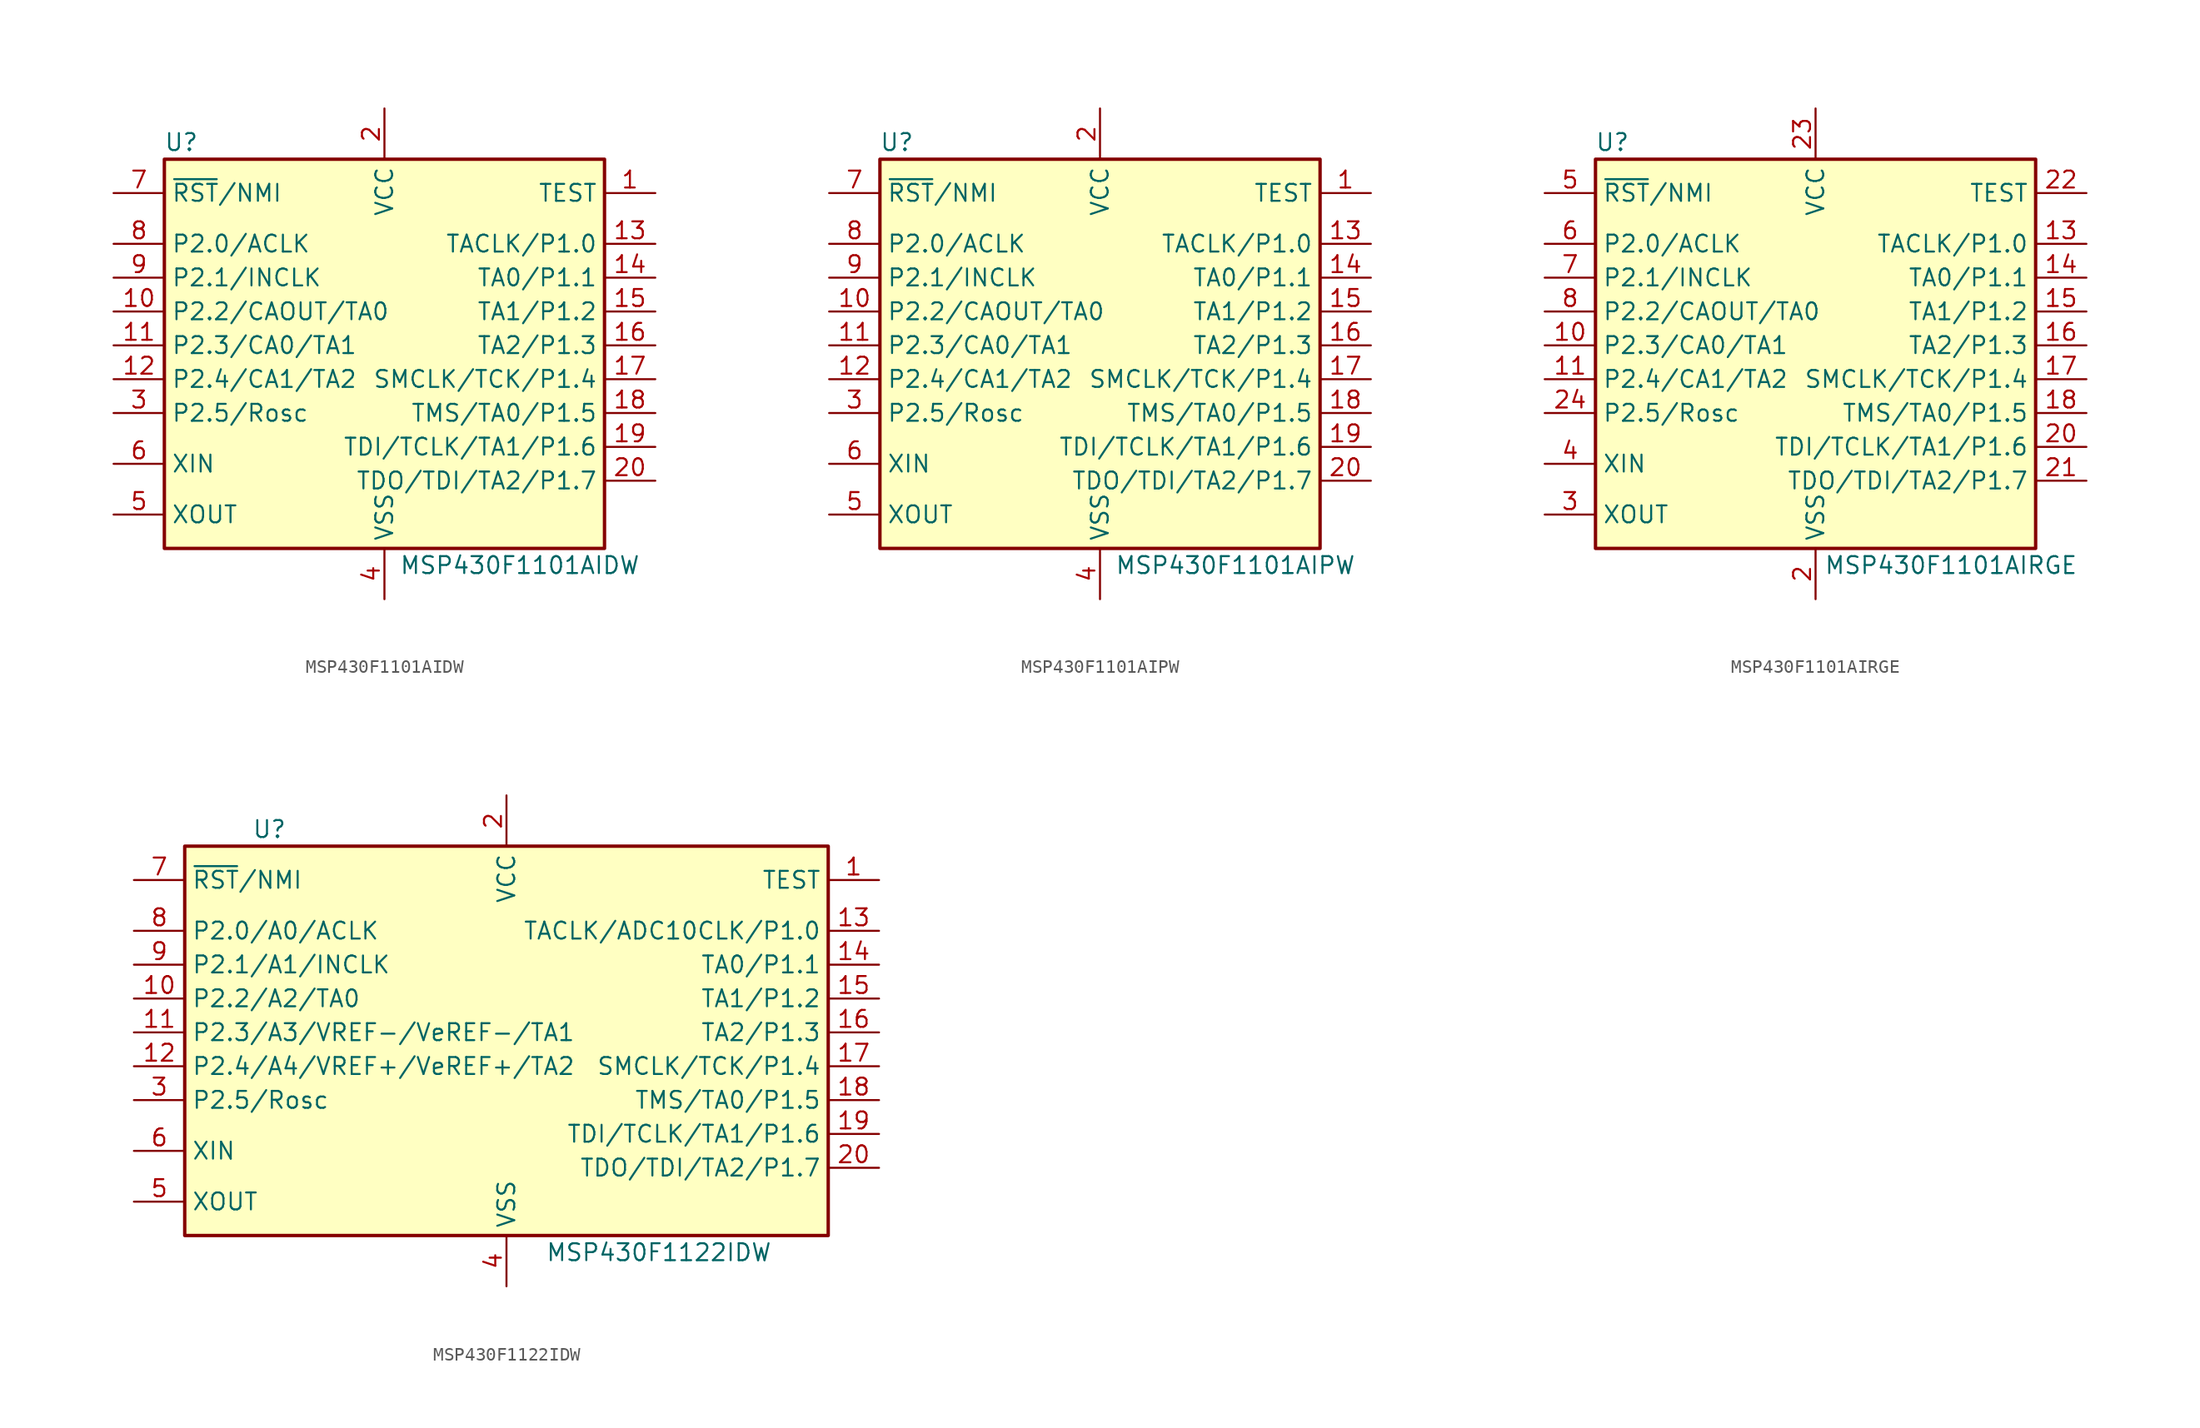
<source format=kicad_sym>
(kicad_symbol_lib
  (version 20201005)
  (generator kicad_symbol_editor)
  (symbol "MCU_Texas_MSP430:MSP430F1101AIDW"
    (property "Reference" "U"
      (at -15.24 15.24 0)
      (effects (font (size 1.27 1.27))))
    (property "Value" "MSP430F1101AIDW"
      (at 10.16 -16.51 0)
      (effects (font (size 1.27 1.27))))
    (symbol "MSP430F1101AIDW_0_1"
      (rectangle (start -16.51 13.97) (end 16.51 -15.24) (stroke (width 0.254)) (fill (type background))))
    (symbol "MSP430F1101AIDW_1_1"
      (pin input line (at 20.32 11.43 180) (length 3.81) (name "TEST" (effects (font (size 1.27 1.27)))) (number "1" (effects (font (size 1.27 1.27)))))
      (pin bidirectional line (at -20.32 2.54 0) (length 3.81) (name "P2.2/CAOUT/TA0" (effects (font (size 1.27 1.27)))) (number "10" (effects (font (size 1.27 1.27)))))
      (pin bidirectional line (at -20.32 0 0) (length 3.81) (name "P2.3/CA0/TA1" (effects (font (size 1.27 1.27)))) (number "11" (effects (font (size 1.27 1.27)))))
      (pin bidirectional line (at -20.32 -2.54 0) (length 3.81) (name "P2.4/CA1/TA2" (effects (font (size 1.27 1.27)))) (number "12" (effects (font (size 1.27 1.27)))))
      (pin bidirectional line (at 20.32 7.62 180) (length 3.81) (name "TACLK/P1.0" (effects (font (size 1.27 1.27)))) (number "13" (effects (font (size 1.27 1.27)))))
      (pin bidirectional line (at 20.32 5.08 180) (length 3.81) (name "TA0/P1.1" (effects (font (size 1.27 1.27)))) (number "14" (effects (font (size 1.27 1.27)))))
      (pin bidirectional line (at 20.32 2.54 180) (length 3.81) (name "TA1/P1.2" (effects (font (size 1.27 1.27)))) (number "15" (effects (font (size 1.27 1.27)))))
      (pin bidirectional line (at 20.32 0 180) (length 3.81) (name "TA2/P1.3" (effects (font (size 1.27 1.27)))) (number "16" (effects (font (size 1.27 1.27)))))
      (pin bidirectional line (at 20.32 -2.54 180) (length 3.81) (name "SMCLK/TCK/P1.4" (effects (font (size 1.27 1.27)))) (number "17" (effects (font (size 1.27 1.27)))))
      (pin bidirectional line (at 20.32 -5.08 180) (length 3.81) (name "TMS/TA0/P1.5" (effects (font (size 1.27 1.27)))) (number "18" (effects (font (size 1.27 1.27)))))
      (pin bidirectional line (at 20.32 -7.62 180) (length 3.81) (name "TDI/TCLK/TA1/P1.6" (effects (font (size 1.27 1.27)))) (number "19" (effects (font (size 1.27 1.27)))))
      (pin power_in line (at 0 17.78 270) (length 3.81) (name "VCC" (effects (font (size 1.27 1.27)))) (number "2" (effects (font (size 1.27 1.27)))))
      (pin bidirectional line (at 20.32 -10.16 180) (length 3.81) (name "TDO/TDI/TA2/P1.7" (effects (font (size 1.27 1.27)))) (number "20" (effects (font (size 1.27 1.27)))))
      (pin bidirectional line (at -20.32 -5.08 0) (length 3.81) (name "P2.5/Rosc" (effects (font (size 1.27 1.27)))) (number "3" (effects (font (size 1.27 1.27)))))
      (pin power_in line (at 0 -19.05 90) (length 3.81) (name "VSS" (effects (font (size 1.27 1.27)))) (number "4" (effects (font (size 1.27 1.27)))))
      (pin output line (at -20.32 -12.7 0) (length 3.81) (name "XOUT" (effects (font (size 1.27 1.27)))) (number "5" (effects (font (size 1.27 1.27)))))
      (pin input line (at -20.32 -8.89 0) (length 3.81) (name "XIN" (effects (font (size 1.27 1.27)))) (number "6" (effects (font (size 1.27 1.27)))))
      (pin input line (at -20.32 11.43 0) (length 3.81) (name "~RST~/NMI" (effects (font (size 1.27 1.27)))) (number "7" (effects (font (size 1.27 1.27)))))
      (pin bidirectional line (at -20.32 7.62 0) (length 3.81) (name "P2.0/ACLK" (effects (font (size 1.27 1.27)))) (number "8" (effects (font (size 1.27 1.27)))))
      (pin bidirectional line (at -20.32 5.08 0) (length 3.81) (name "P2.1/INCLK" (effects (font (size 1.27 1.27)))) (number "9" (effects (font (size 1.27 1.27)))))))
  (symbol "MCU_Texas_MSP430:MSP430F1101AIPW"
    (property "Reference" "U"
      (at -15.24 15.24 0)
      (effects (font (size 1.27 1.27))))
    (property "Value" "MSP430F1101AIPW"
      (at 10.16 -16.51 0)
      (effects (font (size 1.27 1.27))))
    (symbol "MSP430F1101AIPW_0_1"
      (rectangle (start -16.51 13.97) (end 16.51 -15.24) (stroke (width 0.254)) (fill (type background))))
    (symbol "MSP430F1101AIPW_1_1"
      (pin input line (at 20.32 11.43 180) (length 3.81) (name "TEST" (effects (font (size 1.27 1.27)))) (number "1" (effects (font (size 1.27 1.27)))))
      (pin bidirectional line (at -20.32 2.54 0) (length 3.81) (name "P2.2/CAOUT/TA0" (effects (font (size 1.27 1.27)))) (number "10" (effects (font (size 1.27 1.27)))))
      (pin bidirectional line (at -20.32 0 0) (length 3.81) (name "P2.3/CA0/TA1" (effects (font (size 1.27 1.27)))) (number "11" (effects (font (size 1.27 1.27)))))
      (pin bidirectional line (at -20.32 -2.54 0) (length 3.81) (name "P2.4/CA1/TA2" (effects (font (size 1.27 1.27)))) (number "12" (effects (font (size 1.27 1.27)))))
      (pin bidirectional line (at 20.32 7.62 180) (length 3.81) (name "TACLK/P1.0" (effects (font (size 1.27 1.27)))) (number "13" (effects (font (size 1.27 1.27)))))
      (pin bidirectional line (at 20.32 5.08 180) (length 3.81) (name "TA0/P1.1" (effects (font (size 1.27 1.27)))) (number "14" (effects (font (size 1.27 1.27)))))
      (pin bidirectional line (at 20.32 2.54 180) (length 3.81) (name "TA1/P1.2" (effects (font (size 1.27 1.27)))) (number "15" (effects (font (size 1.27 1.27)))))
      (pin bidirectional line (at 20.32 0 180) (length 3.81) (name "TA2/P1.3" (effects (font (size 1.27 1.27)))) (number "16" (effects (font (size 1.27 1.27)))))
      (pin bidirectional line (at 20.32 -2.54 180) (length 3.81) (name "SMCLK/TCK/P1.4" (effects (font (size 1.27 1.27)))) (number "17" (effects (font (size 1.27 1.27)))))
      (pin bidirectional line (at 20.32 -5.08 180) (length 3.81) (name "TMS/TA0/P1.5" (effects (font (size 1.27 1.27)))) (number "18" (effects (font (size 1.27 1.27)))))
      (pin bidirectional line (at 20.32 -7.62 180) (length 3.81) (name "TDI/TCLK/TA1/P1.6" (effects (font (size 1.27 1.27)))) (number "19" (effects (font (size 1.27 1.27)))))
      (pin power_in line (at 0 17.78 270) (length 3.81) (name "VCC" (effects (font (size 1.27 1.27)))) (number "2" (effects (font (size 1.27 1.27)))))
      (pin bidirectional line (at 20.32 -10.16 180) (length 3.81) (name "TDO/TDI/TA2/P1.7" (effects (font (size 1.27 1.27)))) (number "20" (effects (font (size 1.27 1.27)))))
      (pin bidirectional line (at -20.32 -5.08 0) (length 3.81) (name "P2.5/Rosc" (effects (font (size 1.27 1.27)))) (number "3" (effects (font (size 1.27 1.27)))))
      (pin power_in line (at 0 -19.05 90) (length 3.81) (name "VSS" (effects (font (size 1.27 1.27)))) (number "4" (effects (font (size 1.27 1.27)))))
      (pin output line (at -20.32 -12.7 0) (length 3.81) (name "XOUT" (effects (font (size 1.27 1.27)))) (number "5" (effects (font (size 1.27 1.27)))))
      (pin input line (at -20.32 -8.89 0) (length 3.81) (name "XIN" (effects (font (size 1.27 1.27)))) (number "6" (effects (font (size 1.27 1.27)))))
      (pin input line (at -20.32 11.43 0) (length 3.81) (name "~RST~/NMI" (effects (font (size 1.27 1.27)))) (number "7" (effects (font (size 1.27 1.27)))))
      (pin bidirectional line (at -20.32 7.62 0) (length 3.81) (name "P2.0/ACLK" (effects (font (size 1.27 1.27)))) (number "8" (effects (font (size 1.27 1.27)))))
      (pin bidirectional line (at -20.32 5.08 0) (length 3.81) (name "P2.1/INCLK" (effects (font (size 1.27 1.27)))) (number "9" (effects (font (size 1.27 1.27)))))))
  (symbol "MCU_Texas_MSP430:MSP430F1101AIRGE"
    (property "Reference" "U"
      (at -15.24 15.24 0)
      (effects (font (size 1.27 1.27))))
    (property "Value" "MSP430F1101AIRGE"
      (at 10.16 -16.51 0)
      (effects (font (size 1.27 1.27))))
    (symbol "MSP430F1101AIRGE_0_1"
      (rectangle (start -16.51 13.97) (end 16.51 -15.24) (stroke (width 0.254)) (fill (type background))))
    (symbol "MSP430F1101AIRGE_1_1"
      (pin bidirectional line (at -20.32 0 0) (length 3.81) (name "P2.3/CA0/TA1" (effects (font (size 1.27 1.27)))) (number "10" (effects (font (size 1.27 1.27)))))
      (pin bidirectional line (at -20.32 -2.54 0) (length 3.81) (name "P2.4/CA1/TA2" (effects (font (size 1.27 1.27)))) (number "11" (effects (font (size 1.27 1.27)))))
      (pin bidirectional line (at 20.32 7.62 180) (length 3.81) (name "TACLK/P1.0" (effects (font (size 1.27 1.27)))) (number "13" (effects (font (size 1.27 1.27)))))
      (pin bidirectional line (at 20.32 5.08 180) (length 3.81) (name "TA0/P1.1" (effects (font (size 1.27 1.27)))) (number "14" (effects (font (size 1.27 1.27)))))
      (pin bidirectional line (at 20.32 2.54 180) (length 3.81) (name "TA1/P1.2" (effects (font (size 1.27 1.27)))) (number "15" (effects (font (size 1.27 1.27)))))
      (pin bidirectional line (at 20.32 0 180) (length 3.81) (name "TA2/P1.3" (effects (font (size 1.27 1.27)))) (number "16" (effects (font (size 1.27 1.27)))))
      (pin bidirectional line (at 20.32 -2.54 180) (length 3.81) (name "SMCLK/TCK/P1.4" (effects (font (size 1.27 1.27)))) (number "17" (effects (font (size 1.27 1.27)))))
      (pin bidirectional line (at 20.32 -5.08 180) (length 3.81) (name "TMS/TA0/P1.5" (effects (font (size 1.27 1.27)))) (number "18" (effects (font (size 1.27 1.27)))))
      (pin power_in line (at 0 -19.05 90) (length 3.81) (name "VSS" (effects (font (size 1.27 1.27)))) (number "2" (effects (font (size 1.27 1.27)))))
      (pin bidirectional line (at 20.32 -7.62 180) (length 3.81) (name "TDI/TCLK/TA1/P1.6" (effects (font (size 1.27 1.27)))) (number "20" (effects (font (size 1.27 1.27)))))
      (pin bidirectional line (at 20.32 -10.16 180) (length 3.81) (name "TDO/TDI/TA2/P1.7" (effects (font (size 1.27 1.27)))) (number "21" (effects (font (size 1.27 1.27)))))
      (pin input line (at 20.32 11.43 180) (length 3.81) (name "TEST" (effects (font (size 1.27 1.27)))) (number "22" (effects (font (size 1.27 1.27)))))
      (pin power_in line (at 0 17.78 270) (length 3.81) (name "VCC" (effects (font (size 1.27 1.27)))) (number "23" (effects (font (size 1.27 1.27)))))
      (pin bidirectional line (at -20.32 -5.08 0) (length 3.81) (name "P2.5/Rosc" (effects (font (size 1.27 1.27)))) (number "24" (effects (font (size 1.27 1.27)))))
      (pin output line (at -20.32 -12.7 0) (length 3.81) (name "XOUT" (effects (font (size 1.27 1.27)))) (number "3" (effects (font (size 1.27 1.27)))))
      (pin input line (at -20.32 -8.89 0) (length 3.81) (name "XIN" (effects (font (size 1.27 1.27)))) (number "4" (effects (font (size 1.27 1.27)))))
      (pin input line (at -20.32 11.43 0) (length 3.81) (name "~RST~/NMI" (effects (font (size 1.27 1.27)))) (number "5" (effects (font (size 1.27 1.27)))))
      (pin bidirectional line (at -20.32 7.62 0) (length 3.81) (name "P2.0/ACLK" (effects (font (size 1.27 1.27)))) (number "6" (effects (font (size 1.27 1.27)))))
      (pin bidirectional line (at -20.32 5.08 0) (length 3.81) (name "P2.1/INCLK" (effects (font (size 1.27 1.27)))) (number "7" (effects (font (size 1.27 1.27)))))
      (pin bidirectional line (at -20.32 2.54 0) (length 3.81) (name "P2.2/CAOUT/TA0" (effects (font (size 1.27 1.27)))) (number "8" (effects (font (size 1.27 1.27)))))))
  (symbol "MCU_Texas_MSP430:MSP430F1122IDW"
    (property "Reference" "U"
      (at -17.78 15.24 0)
      (effects (font (size 1.27 1.27))))
    (property "Value" "MSP430F1122IDW"
      (at 11.43 -16.51 0)
      (effects (font (size 1.27 1.27))))
    (symbol "MSP430F1122IDW_0_1"
      (rectangle (start -24.13 13.97) (end 24.13 -15.24) (stroke (width 0.254)) (fill (type background))))
    (symbol "MSP430F1122IDW_1_1"
      (pin input line (at 27.94 11.43 180) (length 3.81) (name "TEST" (effects (font (size 1.27 1.27)))) (number "1" (effects (font (size 1.27 1.27)))))
      (pin bidirectional line (at -27.94 2.54 0) (length 3.81) (name "P2.2/A2/TA0" (effects (font (size 1.27 1.27)))) (number "10" (effects (font (size 1.27 1.27)))))
      (pin bidirectional line (at -27.94 0 0) (length 3.81) (name "P2.3/A3/VREF-/VeREF-/TA1" (effects (font (size 1.27 1.27)))) (number "11" (effects (font (size 1.27 1.27)))))
      (pin bidirectional line (at -27.94 -2.54 0) (length 3.81) (name "P2.4/A4/VREF+/VeREF+/TA2" (effects (font (size 1.27 1.27)))) (number "12" (effects (font (size 1.27 1.27)))))
      (pin bidirectional line (at 27.94 7.62 180) (length 3.81) (name "TACLK/ADC10CLK/P1.0" (effects (font (size 1.27 1.27)))) (number "13" (effects (font (size 1.27 1.27)))))
      (pin bidirectional line (at 27.94 5.08 180) (length 3.81) (name "TA0/P1.1" (effects (font (size 1.27 1.27)))) (number "14" (effects (font (size 1.27 1.27)))))
      (pin bidirectional line (at 27.94 2.54 180) (length 3.81) (name "TA1/P1.2" (effects (font (size 1.27 1.27)))) (number "15" (effects (font (size 1.27 1.27)))))
      (pin bidirectional line (at 27.94 0 180) (length 3.81) (name "TA2/P1.3" (effects (font (size 1.27 1.27)))) (number "16" (effects (font (size 1.27 1.27)))))
      (pin bidirectional line (at 27.94 -2.54 180) (length 3.81) (name "SMCLK/TCK/P1.4" (effects (font (size 1.27 1.27)))) (number "17" (effects (font (size 1.27 1.27)))))
      (pin bidirectional line (at 27.94 -5.08 180) (length 3.81) (name "TMS/TA0/P1.5" (effects (font (size 1.27 1.27)))) (number "18" (effects (font (size 1.27 1.27)))))
      (pin bidirectional line (at 27.94 -7.62 180) (length 3.81) (name "TDI/TCLK/TA1/P1.6" (effects (font (size 1.27 1.27)))) (number "19" (effects (font (size 1.27 1.27)))))
      (pin power_in line (at 0 17.78 270) (length 3.81) (name "VCC" (effects (font (size 1.27 1.27)))) (number "2" (effects (font (size 1.27 1.27)))))
      (pin bidirectional line (at 27.94 -10.16 180) (length 3.81) (name "TDO/TDI/TA2/P1.7" (effects (font (size 1.27 1.27)))) (number "20" (effects (font (size 1.27 1.27)))))
      (pin bidirectional line (at -27.94 -5.08 0) (length 3.81) (name "P2.5/Rosc" (effects (font (size 1.27 1.27)))) (number "3" (effects (font (size 1.27 1.27)))))
      (pin power_in line (at 0 -19.05 90) (length 3.81) (name "VSS" (effects (font (size 1.27 1.27)))) (number "4" (effects (font (size 1.27 1.27)))))
      (pin output line (at -27.94 -12.7 0) (length 3.81) (name "XOUT" (effects (font (size 1.27 1.27)))) (number "5" (effects (font (size 1.27 1.27)))))
      (pin input line (at -27.94 -8.89 0) (length 3.81) (name "XIN" (effects (font (size 1.27 1.27)))) (number "6" (effects (font (size 1.27 1.27)))))
      (pin input line (at -27.94 11.43 0) (length 3.81) (name "~RST~/NMI" (effects (font (size 1.27 1.27)))) (number "7" (effects (font (size 1.27 1.27)))))
      (pin bidirectional line (at -27.94 7.62 0) (length 3.81) (name "P2.0/A0/ACLK" (effects (font (size 1.27 1.27)))) (number "8" (effects (font (size 1.27 1.27)))))
      (pin bidirectional line (at -27.94 5.08 0) (length 3.81) (name "P2.1/A1/INCLK" (effects (font (size 1.27 1.27)))) (number "9" (effects (font (size 1.27 1.27))))))))
</source>
